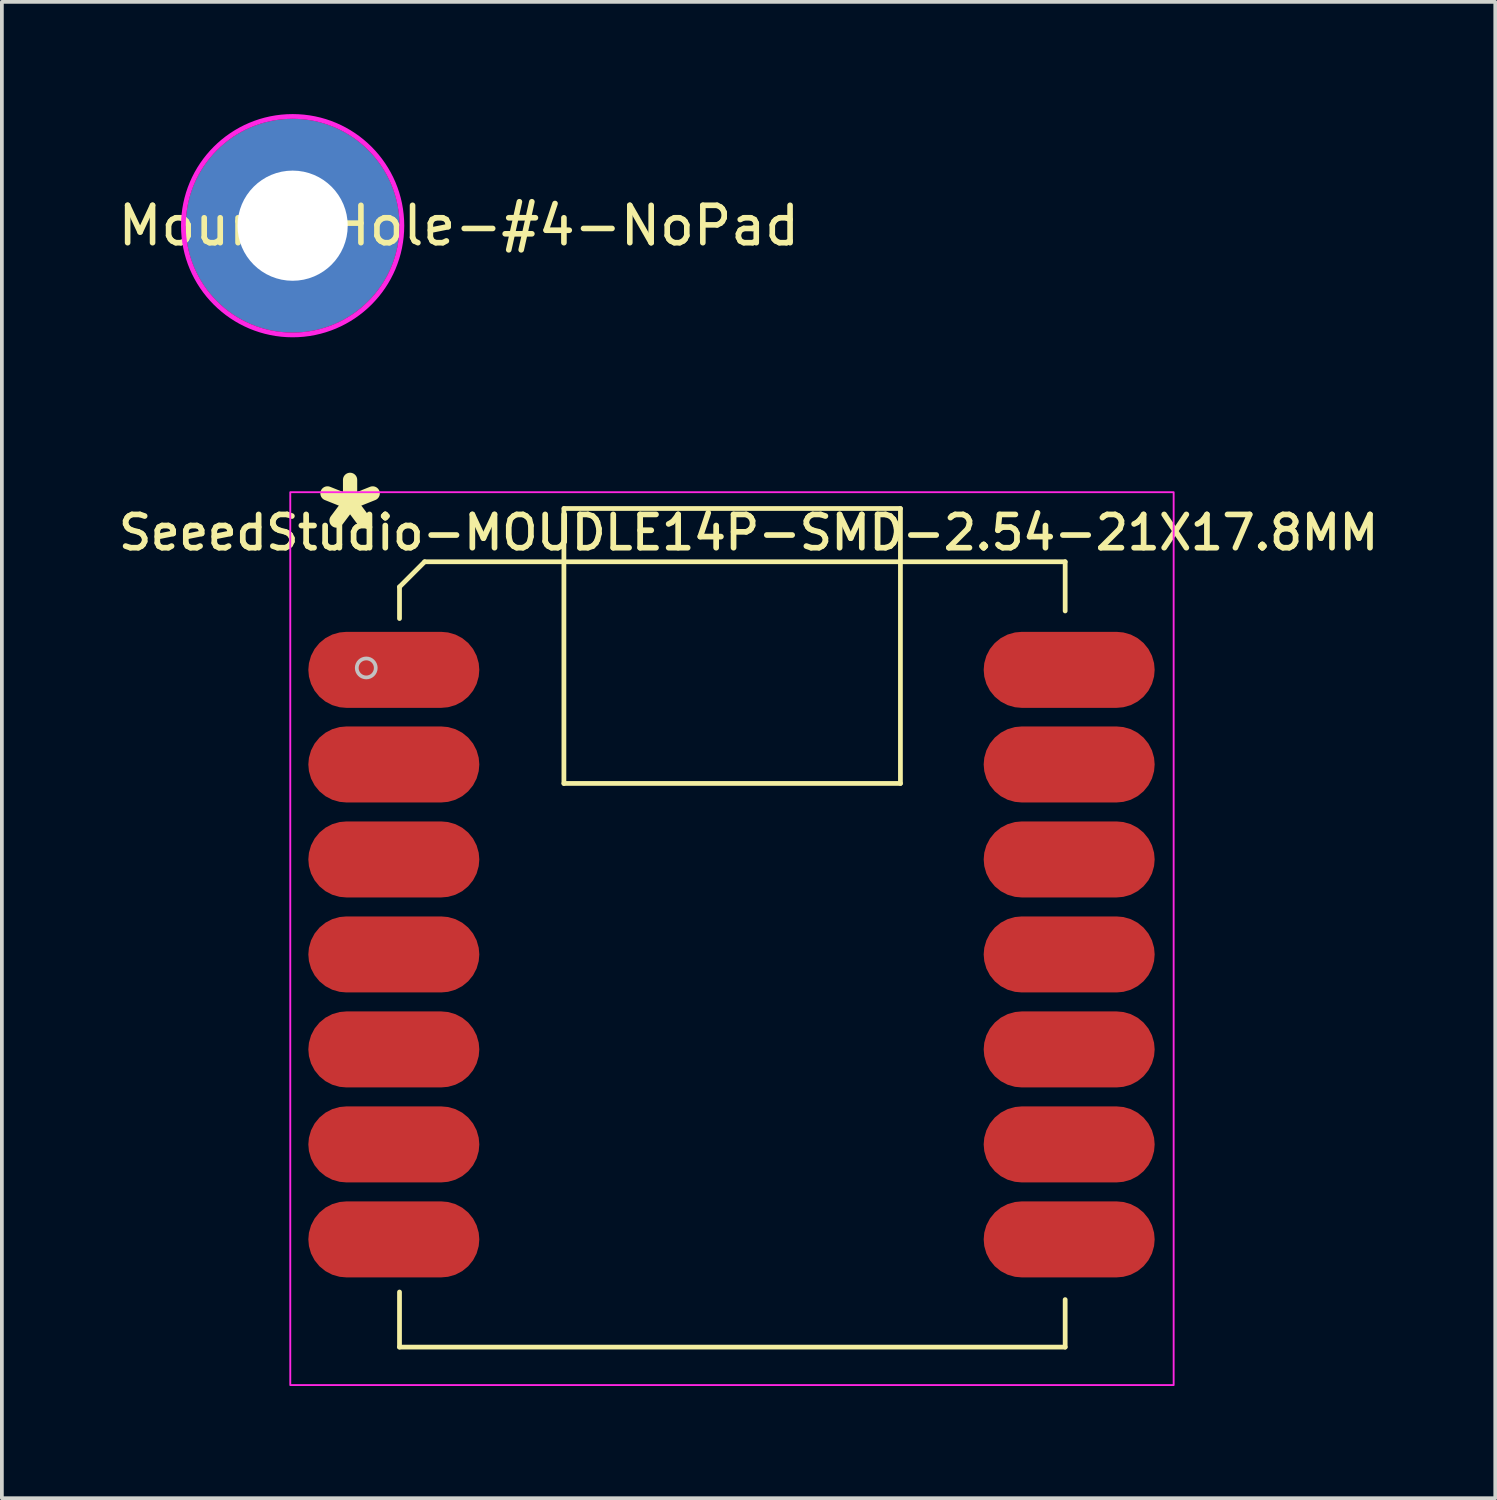
<source format=kicad_pcb>
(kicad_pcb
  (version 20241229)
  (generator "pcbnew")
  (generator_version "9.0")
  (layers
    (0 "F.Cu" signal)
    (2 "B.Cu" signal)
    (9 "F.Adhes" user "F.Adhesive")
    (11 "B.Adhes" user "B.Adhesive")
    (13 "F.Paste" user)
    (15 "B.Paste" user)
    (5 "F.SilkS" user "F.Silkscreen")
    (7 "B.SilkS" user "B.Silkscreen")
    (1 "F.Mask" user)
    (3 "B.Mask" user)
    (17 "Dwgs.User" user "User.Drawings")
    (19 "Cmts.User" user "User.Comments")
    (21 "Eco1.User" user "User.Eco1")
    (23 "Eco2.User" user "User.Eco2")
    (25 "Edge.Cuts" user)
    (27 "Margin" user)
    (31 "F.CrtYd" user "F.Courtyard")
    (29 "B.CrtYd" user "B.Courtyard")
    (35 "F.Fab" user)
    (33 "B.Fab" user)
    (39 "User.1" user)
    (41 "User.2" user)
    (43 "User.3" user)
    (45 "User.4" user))
  (footprint "Mount-Hole-#4-NoPad"
    (layer "F.Cu")
    (at 4.775 2.985)
    (property "Reference" "Mount-Hole-#4-NoPad" (at 4.445 0 0) (layer "F.SilkS") (effects (font (size 1 1) (thickness 0.15))))
    (attr through_hole)
    (fp_circle (center 0 0) (end 2.921 0) (stroke (width 0.127) (type solid)) (fill no) (layer "F.CrtYd"))
    (pad "" np_thru_hole circle (at 0 0) (size 5.715 5.715) (drill 2.946) (layers "*.Cu" "*.Mask")))
  (footprint "SeeedStudio-MOUDLE14P-SMD-2.54-21X17.8MM"
    (layer "F.Cu")
    (at 7.633 32.972)
    (property "Reference" "SeeedStudio-MOUDLE14P-SMD-2.54-21X17.8MM" (at 9.335 -21.78 0) (layer "F.SilkS") (effects (font (size 0.889 0.889) (thickness 0.152) (bold yes))))
    (attr through_hole)
    (fp_line (start 0 -20.328) (end 0 -19.482) (stroke (width 0.127) (type solid)) (layer "F.SilkS"))
    (fp_line (start 0 -1.473) (end 0 0) (stroke (width 0.127) (type solid)) (layer "F.SilkS"))
    (fp_line (start 0 0) (end 17.8 0) (stroke (width 0.127) (type solid)) (layer "F.SilkS"))
    (fp_line (start 0.672 -21) (end 0 -20.328) (stroke (width 0.127) (type solid)) (layer "F.SilkS"))
    (fp_line (start 4.396 -15.072) (end 4.396 -22.425) (stroke (width 0.127) (type solid)) (layer "F.SilkS"))
    (fp_line (start 4.4 -22.424) (end 13.395 -22.424) (stroke (width 0.127) (type solid)) (layer "F.SilkS"))
    (fp_line (start 13.395 -22.424) (end 13.395 -15.072) (stroke (width 0.127) (type solid)) (layer "F.SilkS"))
    (fp_line (start 13.395 -15.072) (end 4.396 -15.072) (stroke (width 0.127) (type solid)) (layer "F.SilkS"))
    (fp_line (start 17.8 -21) (end 0.672 -21) (stroke (width 0.127) (type solid)) (layer "F.SilkS"))
    (fp_line (start 17.8 -19.685) (end 17.8 -21) (stroke (width 0.127) (type solid)) (layer "F.SilkS"))
    (fp_line (start 17.8 0) (end 17.8 -1.27) (stroke (width 0.127) (type solid)) (layer "F.SilkS"))
    (fp_circle (center -0.889 -18.161) (end -0.635 -18.161) (stroke (width 0.1) (type solid)) (fill no) (layer "Dwgs.User"))
    (fp_rect (start -2.921 -22.86) (end 20.701 1.016) (stroke (width 0.05) (type default)) (fill no) (layer "F.CrtYd"))
    (fp_text user "*" (at -2.54 -20.32 0) (unlocked yes) (layer "F.SilkS") (effects (font (size 2.54 2.54) (thickness 0.381)) (justify left bottom)))
    (pad "1" smd roundrect (at -0.152 -18.11) (size 4.572 2.032) (layers "F.Cu" "F.Mask" "F.Paste") (roundrect_rratio 0.5))
    (pad "2" smd roundrect (at -0.152 -15.58) (size 4.572 2.032) (layers "F.Cu" "F.Mask" "F.Paste") (roundrect_rratio 0.5))
    (pad "3" smd roundrect (at -0.152 -13.04) (size 4.572 2.032) (layers "F.Cu" "F.Mask" "F.Paste") (roundrect_rratio 0.5))
    (pad "4" smd roundrect (at -0.152 -10.5) (size 4.572 2.032) (layers "F.Cu" "F.Mask" "F.Paste") (roundrect_rratio 0.5))
    (pad "5" smd roundrect (at -0.152 -7.96) (size 4.572 2.032) (layers "F.Cu" "F.Mask" "F.Paste") (roundrect_rratio 0.5))
    (pad "6" smd roundrect (at -0.152 -5.42) (size 4.572 2.032) (layers "F.Cu" "F.Mask" "F.Paste") (roundrect_rratio 0.5))
    (pad "7" smd roundrect (at -0.152 -2.88) (size 4.572 2.032) (layers "F.Cu" "F.Mask" "F.Paste") (roundrect_rratio 0.5))
    (pad "8" smd roundrect (at 17.907 -2.88) (size 4.572 2.032) (layers "F.Cu" "F.Mask" "F.Paste") (roundrect_rratio 0.5))
    (pad "9" smd roundrect (at 17.907 -5.42) (size 4.572 2.032) (layers "F.Cu" "F.Mask" "F.Paste") (roundrect_rratio 0.5))
    (pad "10" smd roundrect (at 17.907 -7.96) (size 4.572 2.032) (layers "F.Cu" "F.Mask" "F.Paste") (roundrect_rratio 0.5))
    (pad "11" smd roundrect (at 17.907 -10.5) (size 4.572 2.032) (layers "F.Cu" "F.Mask" "F.Paste") (roundrect_rratio 0.5))
    (pad "12" smd roundrect (at 17.907 -13.04) (size 4.572 2.032) (layers "F.Cu" "F.Mask" "F.Paste") (roundrect_rratio 0.5))
    (pad "13" smd roundrect (at 17.907 -15.58) (size 4.572 2.032) (layers "F.Cu" "F.Mask" "F.Paste") (roundrect_rratio 0.5))
    (pad "14" smd roundrect (at 17.907 -18.11) (size 4.572 2.032) (layers "F.Cu" "F.Mask" "F.Paste") (roundrect_rratio 0.5))
    (zone (net_name "") (layer "F.Cu") (hatch full 0.508) (connect_pads) (min_thickness 0.01) (filled_areas_thickness no) (keepout (tracks not_allowed) (vias not_allowed) (pads not_allowed) (copperpour not_allowed) (footprints allowed)) (placement (enabled no)) (fill) (polygon (pts (xy 10.617 20.209) (xy 13.538 20.209) (xy 13.538 22.241) (xy 10.617 22.241))))
    (zone (net_name "") (layer "F.Cu") (hatch full 0.508) (connect_pads) (min_thickness 0.01) (filled_areas_thickness no) (keepout (tracks not_allowed) (vias not_allowed) (pads not_allowed) (copperpour not_allowed) (footprints allowed)) (placement (enabled no)) (fill) (polygon (pts (xy 11.316 11.89) (xy 13.094 11.89) (xy 13.094 14.557) (xy 11.316 14.557))))
    (zone (net_name "") (layer "F.Cu") (hatch full 0.508) (connect_pads) (min_thickness 0.01) (filled_areas_thickness no) (keepout (tracks not_allowed) (vias not_allowed) (pads not_allowed) (copperpour not_allowed) (footprints allowed)) (placement (enabled no)) (fill) (polygon (pts (xy 11.316 15.954) (xy 13.094 15.954) (xy 13.094 18.621) (xy 11.316 18.621))))
    (zone (net_name "") (layer "F.Cu") (hatch full 0.508) (connect_pads) (min_thickness 0.01) (filled_areas_thickness no) (keepout (tracks not_allowed) (vias not_allowed) (pads not_allowed) (copperpour not_allowed) (footprints allowed)) (placement (enabled no)) (fill) (polygon (pts (xy 13.983 12.652) (xy 19.19 12.652) (xy 19.19 19.637) (xy 13.983 19.637))))
    (zone (net_name "") (layer "F.Cu") (hatch full 0.508) (connect_pads) (min_thickness 0.01) (filled_areas_thickness no) (keepout (tracks not_allowed) (vias not_allowed) (pads not_allowed) (copperpour not_allowed) (footprints allowed)) (placement (enabled no)) (fill) (polygon (pts (xy 13.983 29.797) (xy 19.698 29.797) (xy 19.698 32.337) (xy 13.983 32.337))))
    (zone (net_name "") (layer "F.Cu") (hatch full 0.508) (connect_pads) (min_thickness 0.01) (filled_areas_thickness no) (keepout (tracks not_allowed) (vias not_allowed) (pads not_allowed) (copperpour not_allowed) (footprints allowed)) (placement (enabled no)) (fill) (polygon (pts (xy 17.412 21.669) (xy 20.46 21.669) (xy 20.46 24.717) (xy 17.412 24.717))))
    (zone (net_name "") (layer "F.Cu") (hatch full 0.508) (connect_pads) (min_thickness 0.01) (filled_areas_thickness no) (keepout (tracks not_allowed) (vias not_allowed) (pads not_allowed) (copperpour not_allowed) (footprints allowed)) (placement (enabled no)) (fill) (polygon (pts (xy 19.952 11.89) (xy 21.73 11.89) (xy 21.73 14.557) (xy 19.952 14.557))))
    (zone (net_name "") (layer "F.Cu") (hatch full 0.508) (connect_pads) (min_thickness 0.01) (filled_areas_thickness no) (keepout (tracks not_allowed) (vias not_allowed) (pads not_allowed) (copperpour not_allowed) (footprints allowed)) (placement (enabled no)) (fill) (polygon (pts (xy 19.952 15.954) (xy 21.73 15.954) (xy 21.73 18.621) (xy 19.952 18.621)))))
  (gr_rect
    (start -3 -3)
    (end 36.934 37.013)
    (stroke (width 0.1) (type default))
    (fill no)
    (layer "Edge.Cuts")))
</source>
